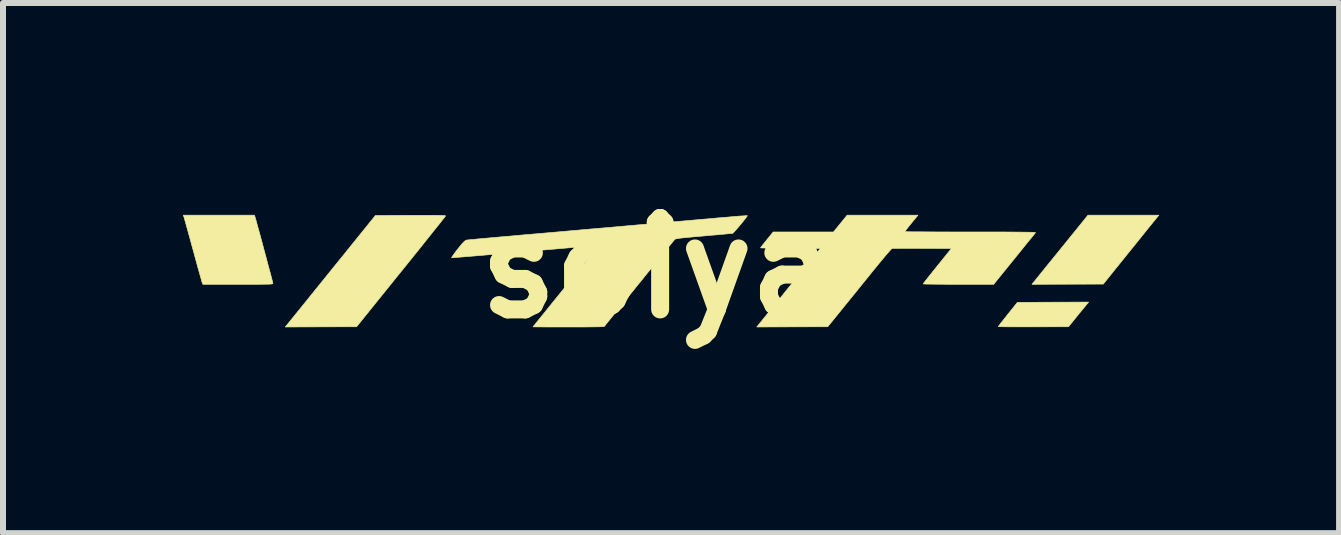
<source format=kicad_pcb>
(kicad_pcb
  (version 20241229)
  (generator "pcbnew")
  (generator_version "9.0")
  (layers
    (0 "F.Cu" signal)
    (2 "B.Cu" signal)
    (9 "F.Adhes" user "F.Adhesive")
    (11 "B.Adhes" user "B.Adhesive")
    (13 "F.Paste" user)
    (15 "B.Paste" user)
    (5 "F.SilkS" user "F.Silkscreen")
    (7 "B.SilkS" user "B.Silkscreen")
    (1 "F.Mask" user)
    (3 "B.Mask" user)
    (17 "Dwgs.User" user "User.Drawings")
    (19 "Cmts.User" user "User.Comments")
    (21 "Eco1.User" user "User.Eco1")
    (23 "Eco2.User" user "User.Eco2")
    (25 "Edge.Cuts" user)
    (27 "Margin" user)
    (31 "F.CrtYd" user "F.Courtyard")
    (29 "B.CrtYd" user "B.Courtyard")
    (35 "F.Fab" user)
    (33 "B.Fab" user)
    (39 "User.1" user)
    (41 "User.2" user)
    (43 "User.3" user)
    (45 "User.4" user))
  (footprint "soiya"
    (layer "F.Cu")
    (at 7.917 1.418)
    (property "Reference" "soiya" (at 0 0 0) (layer "F.SilkS") (effects (font (size 1.524 1.524) (thickness 0.3))))
    (attr through_hole)
    (fp_poly (pts (xy 7.01 0.772) (xy 6.843 0.978) (xy 6.258 0.98) (xy 6.121 0.98) (xy 5.995 0.98) (xy 5.885 0.98) (xy 5.794 0.979) (xy 5.726 0.978) (xy 5.684 0.977) (xy 5.673 0.976) (xy 5.679 0.966) (xy 5.696 0.943) (xy 5.722 0.909) (xy 5.756 0.866) (xy 5.796 0.816) (xy 5.832 0.77) (xy 5.991 0.572) (xy 6.584 0.569) (xy 7.178 0.567) (xy 7.01 0.772)) (stroke (width 0.01) (type solid)) (fill yes) (layer "F.SilkS"))
    (fp_poly (pts (xy 8.326 -0.853) (xy 8.314 -0.839) (xy 8.292 -0.811) (xy 8.26 -0.772) (xy 8.22 -0.722) (xy 8.173 -0.665) (xy 8.122 -0.601) (xy 8.067 -0.533) (xy 8.061 -0.525) (xy 7.995 -0.444) (xy 7.924 -0.355) (xy 7.85 -0.264) (xy 7.777 -0.173) (xy 7.708 -0.088) (xy 7.647 -0.012) (xy 7.62 0.021) (xy 7.423 0.267) (xy 6.828 0.269) (xy 6.234 0.271) (xy 6.492 -0.049) (xy 6.56 -0.132) (xy 6.633 -0.222) (xy 6.709 -0.316) (xy 6.784 -0.408) (xy 6.855 -0.496) (xy 6.919 -0.575) (xy 6.959 -0.624) (xy 7.167 -0.881) (xy 8.349 -0.881) (xy 8.326 -0.853)) (stroke (width 0.01) (type solid)) (fill yes) (layer "F.SilkS"))
    (fp_poly (pts (xy -3.728 -0.879) (xy -3.651 -0.878) (xy -3.596 -0.877) (xy -3.561 -0.875) (xy -3.543 -0.872) (xy -3.54 -0.87) (xy -3.546 -0.861) (xy -3.564 -0.837) (xy -3.594 -0.8) (xy -3.633 -0.749) (xy -3.683 -0.687) (xy -3.741 -0.615) (xy -3.807 -0.532) (xy -3.88 -0.441) (xy -3.959 -0.341) (xy -4.044 -0.236) (xy -4.134 -0.124) (xy -4.228 -0.007) (xy -4.282 0.059) (xy -5.023 0.978) (xy -6.212 0.982) (xy -5.943 0.65) (xy -5.89 0.585) (xy -5.827 0.506) (xy -5.754 0.416) (xy -5.674 0.317) (xy -5.589 0.212) (xy -5.501 0.103) (xy -5.411 -0.009) (xy -5.321 -0.12) (xy -5.233 -0.228) (xy -5.192 -0.279) (xy -4.71 -0.876) (xy -4.125 -0.879) (xy -3.962 -0.879) (xy -3.831 -0.879) (xy -3.728 -0.879)) (stroke (width 0.01) (type solid)) (fill yes) (layer "F.SilkS"))
    (fp_poly (pts (xy -6.715 -0.849) (xy -6.71 -0.83) (xy -6.7 -0.798) (xy -6.688 -0.753) (xy -6.673 -0.697) (xy -6.655 -0.632) (xy -6.635 -0.561) (xy -6.614 -0.483) (xy -6.592 -0.402) (xy -6.57 -0.318) (xy -6.547 -0.234) (xy -6.525 -0.151) (xy -6.504 -0.072) (xy -6.484 0.003) (xy -6.465 0.071) (xy -6.449 0.132) (xy -6.436 0.182) (xy -6.426 0.221) (xy -6.42 0.246) (xy -6.418 0.256) (xy -6.42 0.26) (xy -6.427 0.263) (xy -6.444 0.266) (xy -6.474 0.268) (xy -6.519 0.269) (xy -6.584 0.27) (xy -6.671 0.271) (xy -6.783 0.271) (xy -6.925 0.271) (xy -7.002 0.271) (xy -7.585 0.271) (xy -7.594 0.252) (xy -7.598 0.24) (xy -7.606 0.213) (xy -7.617 0.173) (xy -7.632 0.12) (xy -7.65 0.056) (xy -7.671 -0.017) (xy -7.693 -0.098) (xy -7.717 -0.186) (xy -7.742 -0.278) (xy -7.747 -0.296) (xy -7.773 -0.39) (xy -7.797 -0.479) (xy -7.82 -0.562) (xy -7.841 -0.638) (xy -7.86 -0.705) (xy -7.875 -0.761) (xy -7.888 -0.805) (xy -7.897 -0.836) (xy -7.901 -0.852) (xy -7.902 -0.853) (xy -7.912 -0.881) (xy -6.726 -0.881) (xy -6.715 -0.849)) (stroke (width 0.01) (type solid)) (fill yes) (layer "F.SilkS"))
    (fp_poly (pts (xy 4.224 -0.747) (xy 4.188 -0.703) (xy 4.157 -0.664) (xy 4.134 -0.633) (xy 4.119 -0.614) (xy 4.115 -0.607) (xy 4.132 -0.606) (xy 4.179 -0.605) (xy 4.255 -0.604) (xy 4.356 -0.604) (xy 4.479 -0.603) (xy 4.623 -0.602) (xy 4.783 -0.602) (xy 4.958 -0.601) (xy 5.144 -0.601) (xy 5.209 -0.601) (xy 5.436 -0.601) (xy 5.631 -0.601) (xy 5.797 -0.601) (xy 5.935 -0.6) (xy 6.047 -0.599) (xy 6.135 -0.598) (xy 6.202 -0.597) (xy 6.249 -0.596) (xy 6.278 -0.594) (xy 6.292 -0.592) (xy 6.294 -0.591) (xy 6.286 -0.581) (xy 6.267 -0.557) (xy 6.237 -0.52) (xy 6.198 -0.473) (xy 6.151 -0.415) (xy 6.098 -0.349) (xy 6.039 -0.276) (xy 5.976 -0.198) (xy 5.941 -0.155) (xy 5.596 0.271) (xy 5.008 0.271) (xy 4.871 0.271) (xy 4.745 0.27) (xy 4.634 0.269) (xy 4.542 0.268) (xy 4.473 0.267) (xy 4.431 0.265) (xy 4.42 0.264) (xy 4.426 0.255) (xy 4.443 0.232) (xy 4.471 0.197) (xy 4.507 0.151) (xy 4.55 0.097) (xy 4.599 0.036) (xy 4.652 -0.03) (xy 4.655 -0.034) (xy 4.891 -0.326) (xy 4.406 -0.328) (xy 4.28 -0.329) (xy 4.166 -0.329) (xy 4.066 -0.329) (xy 3.987 -0.328) (xy 3.931 -0.328) (xy 3.904 -0.327) (xy 3.902 -0.327) (xy 3.892 -0.319) (xy 3.871 -0.296) (xy 3.84 -0.261) (xy 3.8 -0.215) (xy 3.754 -0.159) (xy 3.701 -0.096) (xy 3.644 -0.026) (xy 3.59 0.039) (xy 3.519 0.128) (xy 3.442 0.223) (xy 3.362 0.322) (xy 3.282 0.421) (xy 3.205 0.516) (xy 3.134 0.603) (xy 3.073 0.679) (xy 3.064 0.69) (xy 2.83 0.978) (xy 2.239 0.98) (xy 1.647 0.982) (xy 1.83 0.756) (xy 1.874 0.702) (xy 1.928 0.635) (xy 1.99 0.558) (xy 2.059 0.473) (xy 2.132 0.382) (xy 2.207 0.289) (xy 2.283 0.197) (xy 2.356 0.107) (xy 2.36 0.102) (xy 2.706 -0.326) (xy 2.208 -0.328) (xy 2.082 -0.329) (xy 1.968 -0.33) (xy 1.87 -0.331) (xy 1.791 -0.333) (xy 1.737 -0.335) (xy 1.712 -0.336) (xy 1.71 -0.337) (xy 1.716 -0.346) (xy 1.733 -0.369) (xy 1.758 -0.401) (xy 1.79 -0.441) (xy 1.815 -0.472) (xy 1.92 -0.601) (xy 2.926 -0.601) (xy 2.954 -0.637) (xy 2.972 -0.659) (xy 2.999 -0.692) (xy 3.031 -0.732) (xy 3.066 -0.774) (xy 3.068 -0.777) (xy 3.153 -0.881) (xy 4.333 -0.881) (xy 4.224 -0.747)) (stroke (width 0.01) (type solid)) (fill yes) (layer "F.SilkS"))
    (fp_poly (pts (xy 1.49 -0.873) (xy 1.484 -0.862) (xy 1.467 -0.838) (xy 1.442 -0.806) (xy 1.411 -0.767) (xy 1.377 -0.726) (xy 1.342 -0.684) (xy 1.309 -0.646) (xy 1.28 -0.614) (xy 1.258 -0.59) (xy 1.246 -0.579) (xy 1.245 -0.579) (xy 1.224 -0.577) (xy 1.174 -0.572) (xy 1.1 -0.565) (xy 1.006 -0.556) (xy 0.896 -0.547) (xy 0.776 -0.536) (xy 0.762 -0.535) (xy 0.625 -0.523) (xy 0.517 -0.513) (xy 0.435 -0.505) (xy 0.376 -0.499) (xy 0.334 -0.493) (xy 0.307 -0.488) (xy 0.291 -0.483) (xy 0.281 -0.477) (xy 0.277 -0.474) (xy 0.269 -0.464) (xy 0.249 -0.44) (xy 0.219 -0.403) (xy 0.18 -0.355) (xy 0.132 -0.296) (xy 0.077 -0.228) (xy 0.016 -0.152) (xy -0.051 -0.071) (xy -0.121 0.016) (xy -0.194 0.106) (xy -0.268 0.198) (xy -0.344 0.291) (xy -0.418 0.384) (xy -0.492 0.474) (xy -0.562 0.562) (xy -0.629 0.645) (xy -0.692 0.722) (xy -0.748 0.791) (xy -0.797 0.852) (xy -0.838 0.903) (xy -0.87 0.943) (xy -0.891 0.97) (xy -0.893 0.972) (xy -0.903 0.975) (xy -0.929 0.977) (xy -0.974 0.979) (xy -1.041 0.98) (xy -1.132 0.981) (xy -1.25 0.982) (xy -1.398 0.982) (xy -1.492 0.982) (xy -1.63 0.982) (xy -1.756 0.982) (xy -1.867 0.982) (xy -1.959 0.981) (xy -2.028 0.981) (xy -2.071 0.98) (xy -2.083 0.98) (xy -2.077 0.972) (xy -2.059 0.95) (xy -2.03 0.914) (xy -1.991 0.865) (xy -1.943 0.806) (xy -1.887 0.737) (xy -1.823 0.658) (xy -1.754 0.572) (xy -1.679 0.48) (xy -1.599 0.381) (xy -1.534 0.301) (xy -1.451 0.199) (xy -1.373 0.102) (xy -1.299 0.011) (xy -1.231 -0.074) (xy -1.169 -0.15) (xy -1.115 -0.218) (xy -1.069 -0.275) (xy -1.033 -0.321) (xy -1.007 -0.354) (xy -0.992 -0.373) (xy -0.989 -0.379) (xy -1.005 -0.377) (xy -1.053 -0.374) (xy -1.129 -0.367) (xy -1.23 -0.359) (xy -1.354 -0.349) (xy -1.499 -0.336) (xy -1.661 -0.322) (xy -1.838 -0.307) (xy -2.027 -0.291) (xy -2.21 -0.275) (xy -2.408 -0.258) (xy -2.597 -0.241) (xy -2.774 -0.226) (xy -2.935 -0.212) (xy -3.079 -0.2) (xy -3.202 -0.19) (xy -3.302 -0.182) (xy -3.377 -0.176) (xy -3.423 -0.172) (xy -3.439 -0.171) (xy -3.437 -0.179) (xy -3.423 -0.201) (xy -3.401 -0.233) (xy -3.371 -0.273) (xy -3.337 -0.317) (xy -3.294 -0.37) (xy -3.262 -0.409) (xy -3.236 -0.436) (xy -3.215 -0.454) (xy -3.198 -0.464) (xy -3.182 -0.468) (xy -3.16 -0.47) (xy -3.107 -0.475) (xy -3.025 -0.483) (xy -2.916 -0.493) (xy -2.782 -0.505) (xy -2.625 -0.519) (xy -2.447 -0.534) (xy -2.251 -0.552) (xy -2.038 -0.57) (xy -1.81 -0.59) (xy -1.57 -0.611) (xy -1.32 -0.633) (xy -1.143 -0.649) (xy -0.881 -0.671) (xy -0.623 -0.694) (xy -0.372 -0.716) (xy -0.131 -0.737) (xy 0.097 -0.757) (xy 0.312 -0.775) (xy 0.508 -0.792) (xy 0.686 -0.808) (xy 0.841 -0.821) (xy 0.971 -0.833) (xy 1.075 -0.842) (xy 1.148 -0.848) (xy 1.173 -0.85) (xy 1.271 -0.859) (xy 1.358 -0.866) (xy 1.426 -0.87) (xy 1.472 -0.873) (xy 1.49 -0.873) (xy 1.49 -0.873)) (stroke (width 0.01) (type solid)) (fill yes) (layer "F.SilkS")))
  (gr_rect
    (start -3 -3)
    (end 19.27 5.836)
    (stroke (width 0.1) (type default))
    (fill no)
    (layer "Edge.Cuts")))
</source>
